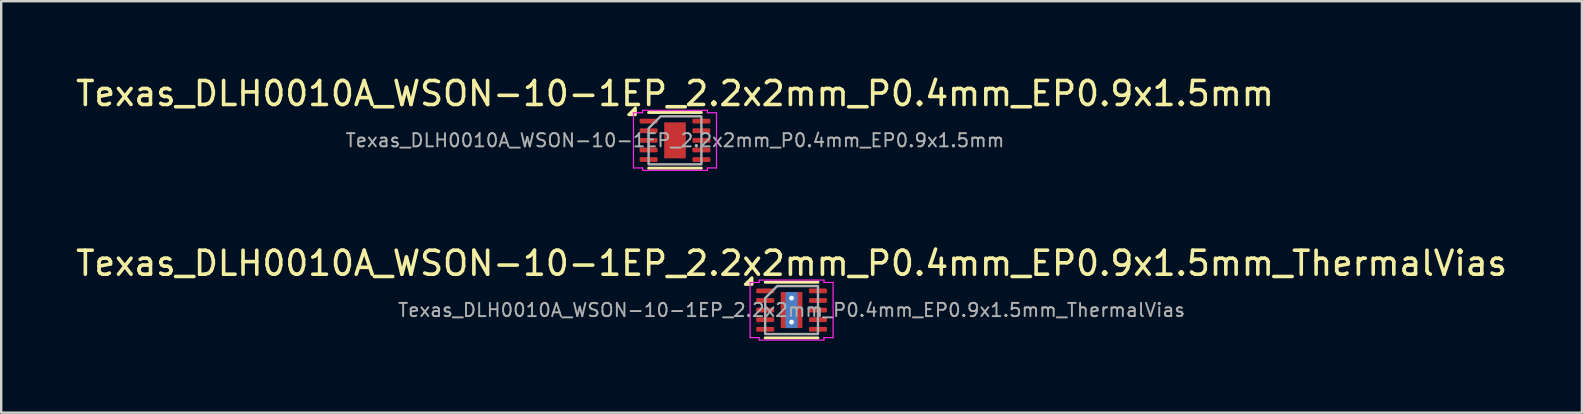
<source format=kicad_pcb>
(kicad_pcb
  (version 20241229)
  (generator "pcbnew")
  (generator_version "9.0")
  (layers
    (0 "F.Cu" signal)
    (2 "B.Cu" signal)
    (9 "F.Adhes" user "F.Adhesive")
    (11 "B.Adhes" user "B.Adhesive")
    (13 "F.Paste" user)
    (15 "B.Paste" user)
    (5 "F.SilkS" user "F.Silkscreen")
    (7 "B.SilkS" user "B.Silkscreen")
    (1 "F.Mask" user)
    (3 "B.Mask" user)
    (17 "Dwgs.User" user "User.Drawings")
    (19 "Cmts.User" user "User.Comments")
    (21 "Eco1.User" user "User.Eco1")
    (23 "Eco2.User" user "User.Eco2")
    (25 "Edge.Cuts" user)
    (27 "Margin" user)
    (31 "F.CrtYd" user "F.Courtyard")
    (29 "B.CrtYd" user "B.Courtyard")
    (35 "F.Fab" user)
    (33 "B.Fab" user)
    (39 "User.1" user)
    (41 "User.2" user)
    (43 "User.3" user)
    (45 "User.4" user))
  (footprint "Texas_DLH0010A_WSON-10-1EP_2.2x2mm_P0.4mm_EP0.9x1.5mm_ThermalVias"
    (layer "F.Cu")
    (at 29.935 9.871)
    (property "Reference" "Texas_DLH0010A_WSON-10-1EP_2.2x2mm_P0.4mm_EP0.9x1.5mm_ThermalVias" (at 0 -1.95 0) (layer "F.SilkS") (effects (font (size 1 1) (thickness 0.15))))
    (attr smd)
    (fp_line (start -1.1 -1.16) (end 1.1 -1.16) (stroke (width 0.12) (type solid)) (layer "F.SilkS"))
    (fp_line (start -1.1 1.16) (end 1.1 1.16) (stroke (width 0.12) (type solid)) (layer "F.SilkS"))
    (fp_poly (pts (xy -1.65 -1.07) (xy -1.93 -1.07) (xy -1.65 -1.35)) (stroke (width 0.12) (type solid)) (fill yes) (layer "F.SilkS"))
    (fp_line (start -1.73 -1.15) (end -1.35 -1.15) (stroke (width 0.05) (type solid)) (layer "F.CrtYd"))
    (fp_line (start -1.73 1.15) (end -1.73 -1.15) (stroke (width 0.05) (type solid)) (layer "F.CrtYd"))
    (fp_line (start -1.35 -1.25) (end 1.35 -1.25) (stroke (width 0.05) (type solid)) (layer "F.CrtYd"))
    (fp_line (start -1.35 -1.15) (end -1.35 -1.25) (stroke (width 0.05) (type solid)) (layer "F.CrtYd"))
    (fp_line (start -1.35 1.15) (end -1.73 1.15) (stroke (width 0.05) (type solid)) (layer "F.CrtYd"))
    (fp_line (start -1.35 1.25) (end -1.35 1.15) (stroke (width 0.05) (type solid)) (layer "F.CrtYd"))
    (fp_line (start 1.35 -1.25) (end 1.35 -1.15) (stroke (width 0.05) (type solid)) (layer "F.CrtYd"))
    (fp_line (start 1.35 -1.15) (end 1.73 -1.15) (stroke (width 0.05) (type solid)) (layer "F.CrtYd"))
    (fp_line (start 1.35 1.15) (end 1.35 1.25) (stroke (width 0.05) (type solid)) (layer "F.CrtYd"))
    (fp_line (start 1.35 1.25) (end -1.35 1.25) (stroke (width 0.05) (type solid)) (layer "F.CrtYd"))
    (fp_line (start 1.73 -1.15) (end 1.73 1.15) (stroke (width 0.05) (type solid)) (layer "F.CrtYd"))
    (fp_line (start 1.73 1.15) (end 1.35 1.15) (stroke (width 0.05) (type solid)) (layer "F.CrtYd"))
    (fp_poly (pts (xy -1.1 -0.5) (xy -1.1 1) (xy 1.1 1) (xy 1.1 -1) (xy -0.6 -1)) (stroke (width 0.1) (type solid)) (fill no) (layer "F.Fab"))
    (fp_text user "${REFERENCE}" (at 0 0 0) (layer "F.Fab") (effects (font (size 0.55 0.55) (thickness 0.08))))
    (pad "" smd roundrect (at 0 0) (size 0.84 1.41) (layers "F.Paste") (roundrect_rratio 0.25))
    (pad "1" smd roundrect (at -1.1 -0.8) (size 0.75 0.2) (layers "F.Cu" "F.Mask" "F.Paste") (roundrect_rratio 0.25))
    (pad "2" smd roundrect (at -1.1 -0.4) (size 0.75 0.2) (layers "F.Cu" "F.Mask" "F.Paste") (roundrect_rratio 0.25))
    (pad "3" smd roundrect (at -1.1 0) (size 0.75 0.2) (layers "F.Cu" "F.Mask" "F.Paste") (roundrect_rratio 0.25))
    (pad "4" smd roundrect (at -1.1 0.4) (size 0.75 0.2) (layers "F.Cu" "F.Mask" "F.Paste") (roundrect_rratio 0.25))
    (pad "5" smd roundrect (at -1.1 0.8) (size 0.75 0.2) (layers "F.Cu" "F.Mask" "F.Paste") (roundrect_rratio 0.25))
    (pad "6" smd roundrect (at 1.1 0.8) (size 0.75 0.2) (layers "F.Cu" "F.Mask" "F.Paste") (roundrect_rratio 0.25))
    (pad "7" smd roundrect (at 1.1 0.4) (size 0.75 0.2) (layers "F.Cu" "F.Mask" "F.Paste") (roundrect_rratio 0.25))
    (pad "8" smd roundrect (at 1.1 0) (size 0.75 0.2) (layers "F.Cu" "F.Mask" "F.Paste") (roundrect_rratio 0.25))
    (pad "9" smd roundrect (at 1.1 -0.4) (size 0.75 0.2) (layers "F.Cu" "F.Mask" "F.Paste") (roundrect_rratio 0.25))
    (pad "10" smd roundrect (at 1.1 -0.8) (size 0.75 0.2) (layers "F.Cu" "F.Mask" "F.Paste") (roundrect_rratio 0.25))
    (pad "11" thru_hole circle (at 0 -0.5) (size 0.5 0.5) (drill 0.2) (property pad_prop_heatsink) (layers "*.Cu"))
    (pad "11" smd rect (at 0 0) (size 0.5 1.5) (property pad_prop_heatsink) (layers "B.Cu"))
    (pad "11" smd rect (at 0 0) (size 0.9 1.5) (property pad_prop_heatsink) (layers "F.Cu" "F.Mask"))
    (pad "11" thru_hole circle (at 0 0.5) (size 0.5 0.5) (drill 0.2) (property pad_prop_heatsink) (layers "*.Cu")))
  (footprint "Texas_DLH0010A_WSON-10-1EP_2.2x2mm_P0.4mm_EP0.9x1.5mm"
    (layer "F.Cu")
    (at 25.077 2.798)
    (property "Reference" "Texas_DLH0010A_WSON-10-1EP_2.2x2mm_P0.4mm_EP0.9x1.5mm" (at 0 -1.95 0) (layer "F.SilkS") (effects (font (size 1 1) (thickness 0.15))))
    (attr smd)
    (fp_line (start -1.1 -1.16) (end 1.1 -1.16) (stroke (width 0.12) (type solid)) (layer "F.SilkS"))
    (fp_line (start -1.1 1.16) (end 1.1 1.16) (stroke (width 0.12) (type solid)) (layer "F.SilkS"))
    (fp_poly (pts (xy -1.65 -1.07) (xy -1.93 -1.07) (xy -1.65 -1.35)) (stroke (width 0.12) (type solid)) (fill yes) (layer "F.SilkS"))
    (fp_line (start -1.73 -1.15) (end -1.35 -1.15) (stroke (width 0.05) (type solid)) (layer "F.CrtYd"))
    (fp_line (start -1.73 1.15) (end -1.73 -1.15) (stroke (width 0.05) (type solid)) (layer "F.CrtYd"))
    (fp_line (start -1.35 -1.25) (end 1.35 -1.25) (stroke (width 0.05) (type solid)) (layer "F.CrtYd"))
    (fp_line (start -1.35 -1.15) (end -1.35 -1.25) (stroke (width 0.05) (type solid)) (layer "F.CrtYd"))
    (fp_line (start -1.35 1.15) (end -1.73 1.15) (stroke (width 0.05) (type solid)) (layer "F.CrtYd"))
    (fp_line (start -1.35 1.25) (end -1.35 1.15) (stroke (width 0.05) (type solid)) (layer "F.CrtYd"))
    (fp_line (start 1.35 -1.25) (end 1.35 -1.15) (stroke (width 0.05) (type solid)) (layer "F.CrtYd"))
    (fp_line (start 1.35 -1.15) (end 1.73 -1.15) (stroke (width 0.05) (type solid)) (layer "F.CrtYd"))
    (fp_line (start 1.35 1.15) (end 1.35 1.25) (stroke (width 0.05) (type solid)) (layer "F.CrtYd"))
    (fp_line (start 1.35 1.25) (end -1.35 1.25) (stroke (width 0.05) (type solid)) (layer "F.CrtYd"))
    (fp_line (start 1.73 -1.15) (end 1.73 1.15) (stroke (width 0.05) (type solid)) (layer "F.CrtYd"))
    (fp_line (start 1.73 1.15) (end 1.35 1.15) (stroke (width 0.05) (type solid)) (layer "F.CrtYd"))
    (fp_poly (pts (xy -1.1 -0.5) (xy -1.1 1) (xy 1.1 1) (xy 1.1 -1) (xy -0.6 -1)) (stroke (width 0.1) (type solid)) (fill no) (layer "F.Fab"))
    (fp_text user "${REFERENCE}" (at 0 0 0) (layer "F.Fab") (effects (font (size 0.55 0.55) (thickness 0.08))))
    (pad "" smd roundrect (at 0 0) (size 0.84 1.41) (layers "F.Paste") (roundrect_rratio 0.25))
    (pad "1" smd roundrect (at -1.1 -0.8) (size 0.75 0.2) (layers "F.Cu" "F.Mask" "F.Paste") (roundrect_rratio 0.25))
    (pad "2" smd roundrect (at -1.1 -0.4) (size 0.75 0.2) (layers "F.Cu" "F.Mask" "F.Paste") (roundrect_rratio 0.25))
    (pad "3" smd roundrect (at -1.1 0) (size 0.75 0.2) (layers "F.Cu" "F.Mask" "F.Paste") (roundrect_rratio 0.25))
    (pad "4" smd roundrect (at -1.1 0.4) (size 0.75 0.2) (layers "F.Cu" "F.Mask" "F.Paste") (roundrect_rratio 0.25))
    (pad "5" smd roundrect (at -1.1 0.8) (size 0.75 0.2) (layers "F.Cu" "F.Mask" "F.Paste") (roundrect_rratio 0.25))
    (pad "6" smd roundrect (at 1.1 0.8) (size 0.75 0.2) (layers "F.Cu" "F.Mask" "F.Paste") (roundrect_rratio 0.25))
    (pad "7" smd roundrect (at 1.1 0.4) (size 0.75 0.2) (layers "F.Cu" "F.Mask" "F.Paste") (roundrect_rratio 0.25))
    (pad "8" smd roundrect (at 1.1 0) (size 0.75 0.2) (layers "F.Cu" "F.Mask" "F.Paste") (roundrect_rratio 0.25))
    (pad "9" smd roundrect (at 1.1 -0.4) (size 0.75 0.2) (layers "F.Cu" "F.Mask" "F.Paste") (roundrect_rratio 0.25))
    (pad "10" smd roundrect (at 1.1 -0.8) (size 0.75 0.2) (layers "F.Cu" "F.Mask" "F.Paste") (roundrect_rratio 0.25))
    (pad "11" smd rect (at 0 0) (size 0.9 1.5) (property pad_prop_heatsink) (layers "F.Cu" "F.Mask")))
  (gr_rect
    (start -3 -3)
    (end 62.869 14.146)
    (stroke (width 0.1) (type default))
    (fill no)
    (layer "Edge.Cuts")))
</source>
